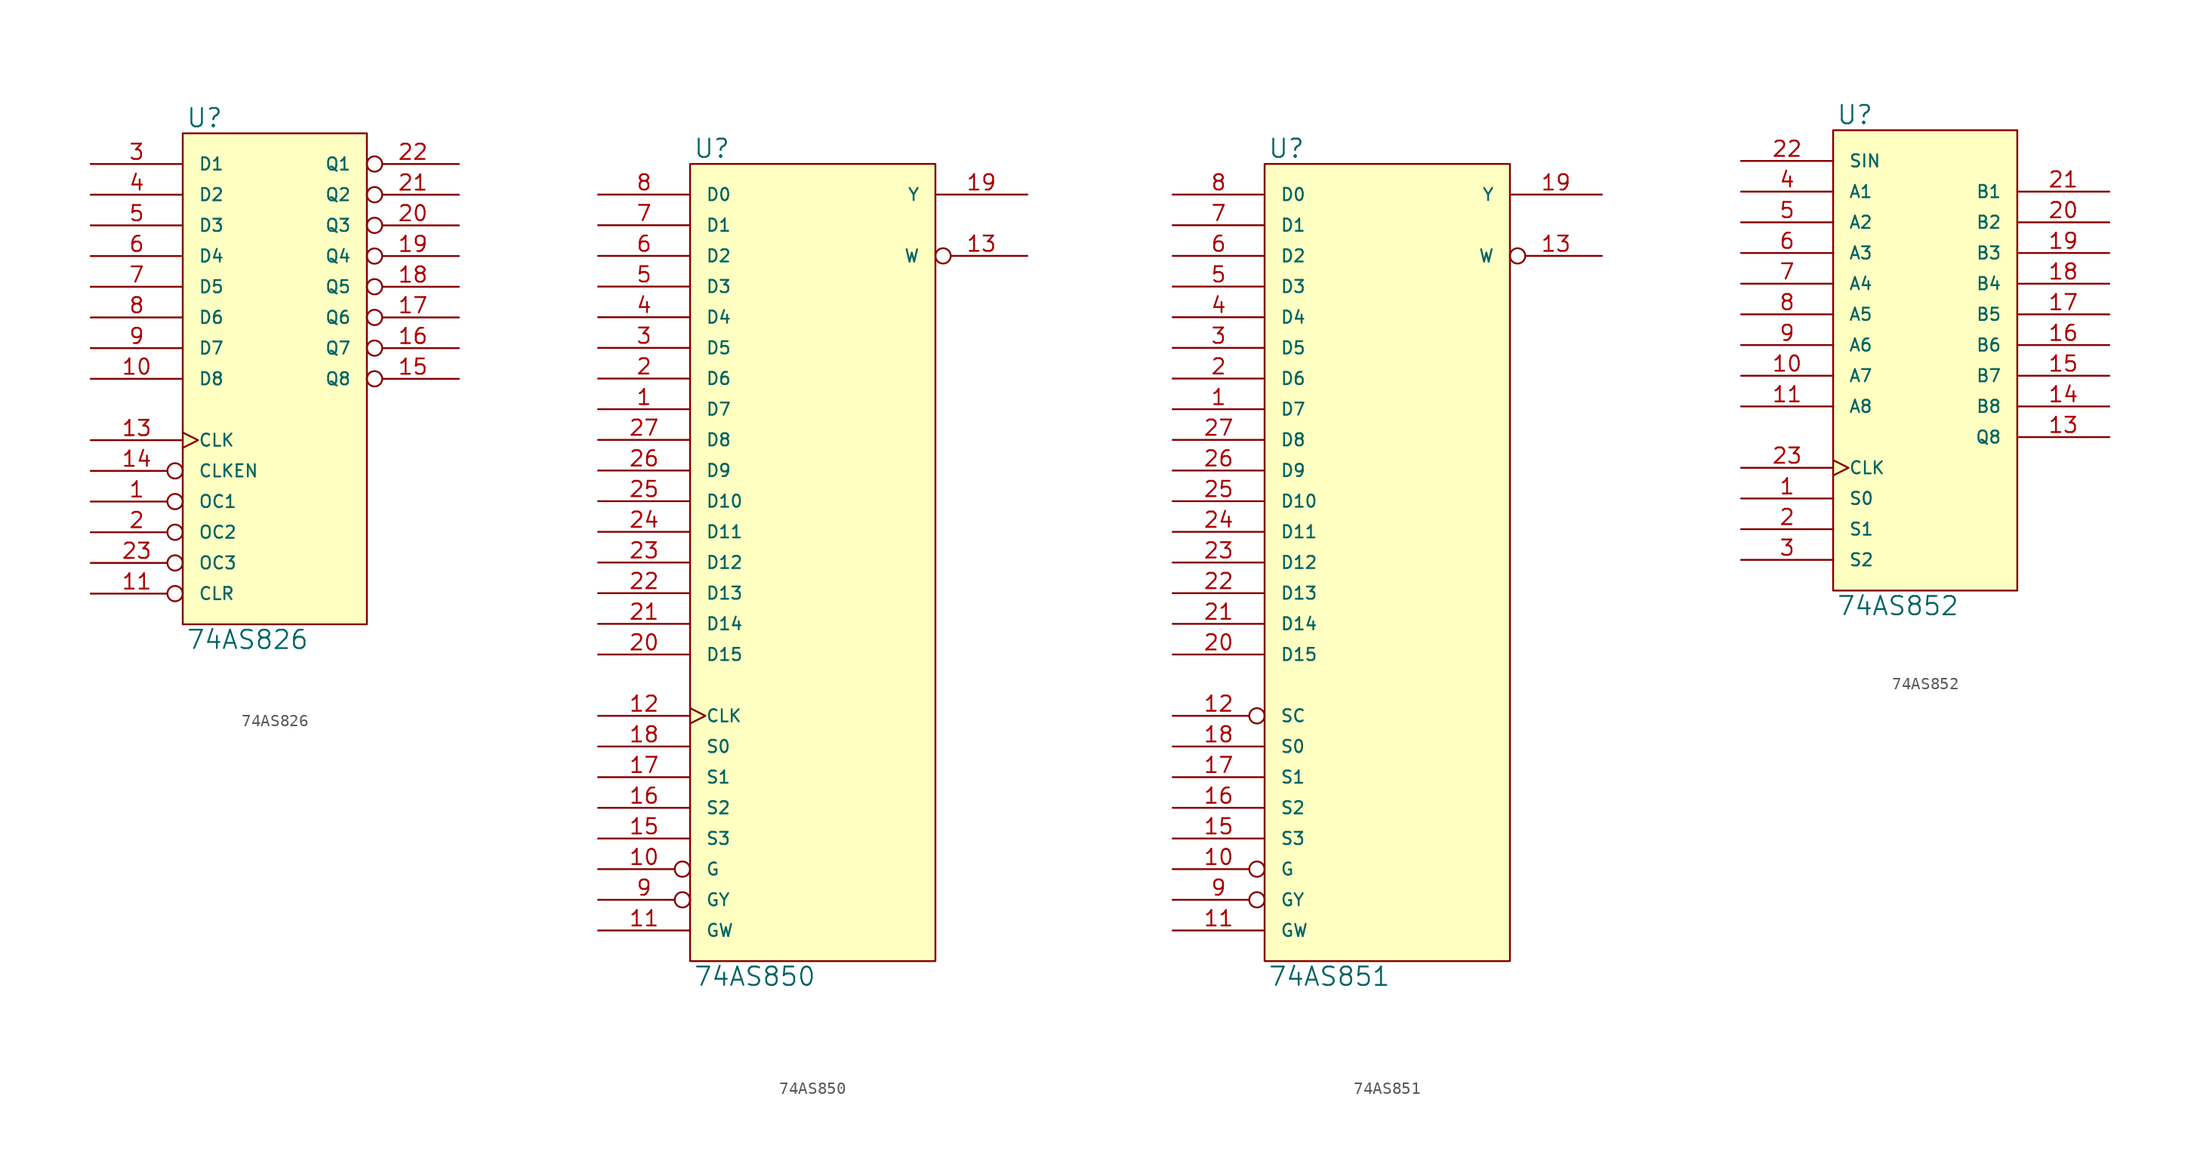
<source format=kicad_sym>
(kicad_symbol_lib
  (version 20231120)
  (generator "kicad_symbol_editor")
  (generator_version "8.0")
  (symbol "74AS826"
    (pin_names
      (offset 1.27))
    (property "Reference" "U"
      (at 0.254 0.381 0)
      (effects (font (size 1.524 1.524)) (justify left bottom)))
    (property "Value" "74AS826"
      (at 0.254 -41.021 0)
      (effects (font (size 1.524 1.524)) (justify left top)))
    (symbol "74AS826_0_1"
      (rectangle (start 0 0) (end 15.24 -40.64) (stroke (width 0) (type solid)) (fill (type background))))
    (symbol "74AS826_1_1"
      (pin input inverted (at -7.62 -30.48 0) (length 7.62) (name "OC1" (effects (font (size 1.016 1.016)))) (number "1" (effects (font (size 1.27 1.27)))))
      (pin input line (at -7.62 -20.32 0) (length 7.62) (name "D8" (effects (font (size 1.016 1.016)))) (number "10" (effects (font (size 1.27 1.27)))))
      (pin input inverted (at -7.62 -38.1 0) (length 7.62) (name "CLR" (effects (font (size 1.016 1.016)))) (number "11" (effects (font (size 1.27 1.27)))))
      (pin power_in line (at 0 -40.64 90) (length 0) hide (name "GND" (effects (font (size 1.016 1.016)))) (number "12" (effects (font (size 1.27 1.27)))))
      (pin input clock (at -7.62 -25.4 0) (length 7.62) (name "CLK" (effects (font (size 1.016 1.016)))) (number "13" (effects (font (size 1.27 1.27)))))
      (pin input inverted (at -7.62 -27.94 0) (length 7.62) (name "CLKEN" (effects (font (size 1.016 1.016)))) (number "14" (effects (font (size 1.27 1.27)))))
      (pin tri_state inverted (at 22.86 -20.32 180) (length 7.62) (name "Q8" (effects (font (size 1.016 1.016)))) (number "15" (effects (font (size 1.27 1.27)))))
      (pin tri_state inverted (at 22.86 -17.78 180) (length 7.62) (name "Q7" (effects (font (size 1.016 1.016)))) (number "16" (effects (font (size 1.27 1.27)))))
      (pin tri_state inverted (at 22.86 -15.24 180) (length 7.62) (name "Q6" (effects (font (size 1.016 1.016)))) (number "17" (effects (font (size 1.27 1.27)))))
      (pin tri_state inverted (at 22.86 -12.7 180) (length 7.62) (name "Q5" (effects (font (size 1.016 1.016)))) (number "18" (effects (font (size 1.27 1.27)))))
      (pin tri_state inverted (at 22.86 -10.16 180) (length 7.62) (name "Q4" (effects (font (size 1.016 1.016)))) (number "19" (effects (font (size 1.27 1.27)))))
      (pin input inverted (at -7.62 -33.02 0) (length 7.62) (name "OC2" (effects (font (size 1.016 1.016)))) (number "2" (effects (font (size 1.27 1.27)))))
      (pin tri_state inverted (at 22.86 -7.62 180) (length 7.62) (name "Q3" (effects (font (size 1.016 1.016)))) (number "20" (effects (font (size 1.27 1.27)))))
      (pin tri_state inverted (at 22.86 -5.08 180) (length 7.62) (name "Q2" (effects (font (size 1.016 1.016)))) (number "21" (effects (font (size 1.27 1.27)))))
      (pin tri_state inverted (at 22.86 -2.54 180) (length 7.62) (name "Q1" (effects (font (size 1.016 1.016)))) (number "22" (effects (font (size 1.27 1.27)))))
      (pin input inverted (at -7.62 -35.56 0) (length 7.62) (name "OC3" (effects (font (size 1.016 1.016)))) (number "23" (effects (font (size 1.27 1.27)))))
      (pin power_in line (at 0 0 270) (length 0) hide (name "VCC" (effects (font (size 1.016 1.016)))) (number "24" (effects (font (size 1.27 1.27)))))
      (pin input line (at -7.62 -2.54 0) (length 7.62) (name "D1" (effects (font (size 1.016 1.016)))) (number "3" (effects (font (size 1.27 1.27)))))
      (pin input line (at -7.62 -5.08 0) (length 7.62) (name "D2" (effects (font (size 1.016 1.016)))) (number "4" (effects (font (size 1.27 1.27)))))
      (pin input line (at -7.62 -7.62 0) (length 7.62) (name "D3" (effects (font (size 1.016 1.016)))) (number "5" (effects (font (size 1.27 1.27)))))
      (pin input line (at -7.62 -10.16 0) (length 7.62) (name "D4" (effects (font (size 1.016 1.016)))) (number "6" (effects (font (size 1.27 1.27)))))
      (pin input line (at -7.62 -12.7 0) (length 7.62) (name "D5" (effects (font (size 1.016 1.016)))) (number "7" (effects (font (size 1.27 1.27)))))
      (pin input line (at -7.62 -15.24 0) (length 7.62) (name "D6" (effects (font (size 1.016 1.016)))) (number "8" (effects (font (size 1.27 1.27)))))
      (pin input line (at -7.62 -17.78 0) (length 7.62) (name "D7" (effects (font (size 1.016 1.016)))) (number "9" (effects (font (size 1.27 1.27)))))))
  (symbol "74AS850"
    (pin_names
      (offset 1.27))
    (property "Reference" "U"
      (at 0.254 0.381 0)
      (effects (font (size 1.524 1.524)) (justify left bottom)))
    (property "Value" "74AS850"
      (at 0.254 -66.421 0)
      (effects (font (size 1.524 1.524)) (justify left top)))
    (symbol "74AS850_0_1"
      (rectangle (start 0 0) (end 20.32 -66.04) (stroke (width 0) (type solid)) (fill (type background))))
    (symbol "74AS850_1_1"
      (pin input line (at -7.62 -20.32 0) (length 7.62) (name "D7" (effects (font (size 1.016 1.016)))) (number "1" (effects (font (size 1.27 1.27)))))
      (pin input inverted (at -7.62 -58.42 0) (length 7.62) (name "G" (effects (font (size 1.016 1.016)))) (number "10" (effects (font (size 1.27 1.27)))))
      (pin input line (at -7.62 -63.5 0) (length 7.62) (name "GW" (effects (font (size 1.016 1.016)))) (number "11" (effects (font (size 1.27 1.27)))))
      (pin input clock (at -7.62 -45.72 0) (length 7.62) (name "CLK" (effects (font (size 1.016 1.016)))) (number "12" (effects (font (size 1.27 1.27)))))
      (pin tri_state inverted (at 27.94 -7.62 180) (length 7.62) (name "W" (effects (font (size 1.016 1.016)))) (number "13" (effects (font (size 1.27 1.27)))))
      (pin power_in line (at 0 -66.04 90) (length 0) hide (name "GND" (effects (font (size 1.016 1.016)))) (number "14" (effects (font (size 1.27 1.27)))))
      (pin input line (at -7.62 -55.88 0) (length 7.62) (name "S3" (effects (font (size 1.016 1.016)))) (number "15" (effects (font (size 1.27 1.27)))))
      (pin input line (at -7.62 -53.34 0) (length 7.62) (name "S2" (effects (font (size 1.016 1.016)))) (number "16" (effects (font (size 1.27 1.27)))))
      (pin input line (at -7.62 -50.8 0) (length 7.62) (name "S1" (effects (font (size 1.016 1.016)))) (number "17" (effects (font (size 1.27 1.27)))))
      (pin input line (at -7.62 -48.26 0) (length 7.62) (name "S0" (effects (font (size 1.016 1.016)))) (number "18" (effects (font (size 1.27 1.27)))))
      (pin tri_state line (at 27.94 -2.54 180) (length 7.62) (name "Y" (effects (font (size 1.016 1.016)))) (number "19" (effects (font (size 1.27 1.27)))))
      (pin input line (at -7.62 -17.78 0) (length 7.62) (name "D6" (effects (font (size 1.016 1.016)))) (number "2" (effects (font (size 1.27 1.27)))))
      (pin input line (at -7.62 -40.64 0) (length 7.62) (name "D15" (effects (font (size 1.016 1.016)))) (number "20" (effects (font (size 1.27 1.27)))))
      (pin input line (at -7.62 -38.1 0) (length 7.62) (name "D14" (effects (font (size 1.016 1.016)))) (number "21" (effects (font (size 1.27 1.27)))))
      (pin input line (at -7.62 -35.56 0) (length 7.62) (name "D13" (effects (font (size 1.016 1.016)))) (number "22" (effects (font (size 1.27 1.27)))))
      (pin input line (at -7.62 -33.02 0) (length 7.62) (name "D12" (effects (font (size 1.016 1.016)))) (number "23" (effects (font (size 1.27 1.27)))))
      (pin input line (at -7.62 -30.48 0) (length 7.62) (name "D11" (effects (font (size 1.016 1.016)))) (number "24" (effects (font (size 1.27 1.27)))))
      (pin input line (at -7.62 -27.94 0) (length 7.62) (name "D10" (effects (font (size 1.016 1.016)))) (number "25" (effects (font (size 1.27 1.27)))))
      (pin input line (at -7.62 -25.4 0) (length 7.62) (name "D9" (effects (font (size 1.016 1.016)))) (number "26" (effects (font (size 1.27 1.27)))))
      (pin input line (at -7.62 -22.86 0) (length 7.62) (name "D8" (effects (font (size 1.016 1.016)))) (number "27" (effects (font (size 1.27 1.27)))))
      (pin power_in line (at 0 0 270) (length 0) hide (name "VCC" (effects (font (size 1.016 1.016)))) (number "28" (effects (font (size 1.27 1.27)))))
      (pin input line (at -7.62 -15.24 0) (length 7.62) (name "D5" (effects (font (size 1.016 1.016)))) (number "3" (effects (font (size 1.27 1.27)))))
      (pin input line (at -7.62 -12.7 0) (length 7.62) (name "D4" (effects (font (size 1.016 1.016)))) (number "4" (effects (font (size 1.27 1.27)))))
      (pin input line (at -7.62 -10.16 0) (length 7.62) (name "D3" (effects (font (size 1.016 1.016)))) (number "5" (effects (font (size 1.27 1.27)))))
      (pin input line (at -7.62 -7.62 0) (length 7.62) (name "D2" (effects (font (size 1.016 1.016)))) (number "6" (effects (font (size 1.27 1.27)))))
      (pin input line (at -7.62 -5.08 0) (length 7.62) (name "D1" (effects (font (size 1.016 1.016)))) (number "7" (effects (font (size 1.27 1.27)))))
      (pin input line (at -7.62 -2.54 0) (length 7.62) (name "D0" (effects (font (size 1.016 1.016)))) (number "8" (effects (font (size 1.27 1.27)))))
      (pin input inverted (at -7.62 -60.96 0) (length 7.62) (name "GY" (effects (font (size 1.016 1.016)))) (number "9" (effects (font (size 1.27 1.27)))))))
  (symbol "74AS851"
    (pin_names
      (offset 1.27))
    (property "Reference" "U"
      (at 0.254 0.381 0)
      (effects (font (size 1.524 1.524)) (justify left bottom)))
    (property "Value" "74AS851"
      (at 0.254 -66.421 0)
      (effects (font (size 1.524 1.524)) (justify left top)))
    (symbol "74AS851_0_1"
      (rectangle (start 0 0) (end 20.32 -66.04) (stroke (width 0) (type solid)) (fill (type background))))
    (symbol "74AS851_1_1"
      (pin input line (at -7.62 -20.32 0) (length 7.62) (name "D7" (effects (font (size 1.016 1.016)))) (number "1" (effects (font (size 1.27 1.27)))))
      (pin input inverted (at -7.62 -58.42 0) (length 7.62) (name "G" (effects (font (size 1.016 1.016)))) (number "10" (effects (font (size 1.27 1.27)))))
      (pin input line (at -7.62 -63.5 0) (length 7.62) (name "GW" (effects (font (size 1.016 1.016)))) (number "11" (effects (font (size 1.27 1.27)))))
      (pin input inverted (at -7.62 -45.72 0) (length 7.62) (name "SC" (effects (font (size 1.016 1.016)))) (number "12" (effects (font (size 1.27 1.27)))))
      (pin tri_state inverted (at 27.94 -7.62 180) (length 7.62) (name "W" (effects (font (size 1.016 1.016)))) (number "13" (effects (font (size 1.27 1.27)))))
      (pin power_in line (at 0 -66.04 90) (length 0) hide (name "GND" (effects (font (size 1.016 1.016)))) (number "14" (effects (font (size 1.27 1.27)))))
      (pin input line (at -7.62 -55.88 0) (length 7.62) (name "S3" (effects (font (size 1.016 1.016)))) (number "15" (effects (font (size 1.27 1.27)))))
      (pin input line (at -7.62 -53.34 0) (length 7.62) (name "S2" (effects (font (size 1.016 1.016)))) (number "16" (effects (font (size 1.27 1.27)))))
      (pin input line (at -7.62 -50.8 0) (length 7.62) (name "S1" (effects (font (size 1.016 1.016)))) (number "17" (effects (font (size 1.27 1.27)))))
      (pin input line (at -7.62 -48.26 0) (length 7.62) (name "S0" (effects (font (size 1.016 1.016)))) (number "18" (effects (font (size 1.27 1.27)))))
      (pin tri_state line (at 27.94 -2.54 180) (length 7.62) (name "Y" (effects (font (size 1.016 1.016)))) (number "19" (effects (font (size 1.27 1.27)))))
      (pin input line (at -7.62 -17.78 0) (length 7.62) (name "D6" (effects (font (size 1.016 1.016)))) (number "2" (effects (font (size 1.27 1.27)))))
      (pin input line (at -7.62 -40.64 0) (length 7.62) (name "D15" (effects (font (size 1.016 1.016)))) (number "20" (effects (font (size 1.27 1.27)))))
      (pin input line (at -7.62 -38.1 0) (length 7.62) (name "D14" (effects (font (size 1.016 1.016)))) (number "21" (effects (font (size 1.27 1.27)))))
      (pin input line (at -7.62 -35.56 0) (length 7.62) (name "D13" (effects (font (size 1.016 1.016)))) (number "22" (effects (font (size 1.27 1.27)))))
      (pin input line (at -7.62 -33.02 0) (length 7.62) (name "D12" (effects (font (size 1.016 1.016)))) (number "23" (effects (font (size 1.27 1.27)))))
      (pin input line (at -7.62 -30.48 0) (length 7.62) (name "D11" (effects (font (size 1.016 1.016)))) (number "24" (effects (font (size 1.27 1.27)))))
      (pin input line (at -7.62 -27.94 0) (length 7.62) (name "D10" (effects (font (size 1.016 1.016)))) (number "25" (effects (font (size 1.27 1.27)))))
      (pin input line (at -7.62 -25.4 0) (length 7.62) (name "D9" (effects (font (size 1.016 1.016)))) (number "26" (effects (font (size 1.27 1.27)))))
      (pin input line (at -7.62 -22.86 0) (length 7.62) (name "D8" (effects (font (size 1.016 1.016)))) (number "27" (effects (font (size 1.27 1.27)))))
      (pin power_in line (at 0 0 270) (length 0) hide (name "VCC" (effects (font (size 1.016 1.016)))) (number "28" (effects (font (size 1.27 1.27)))))
      (pin input line (at -7.62 -15.24 0) (length 7.62) (name "D5" (effects (font (size 1.016 1.016)))) (number "3" (effects (font (size 1.27 1.27)))))
      (pin input line (at -7.62 -12.7 0) (length 7.62) (name "D4" (effects (font (size 1.016 1.016)))) (number "4" (effects (font (size 1.27 1.27)))))
      (pin input line (at -7.62 -10.16 0) (length 7.62) (name "D3" (effects (font (size 1.016 1.016)))) (number "5" (effects (font (size 1.27 1.27)))))
      (pin input line (at -7.62 -7.62 0) (length 7.62) (name "D2" (effects (font (size 1.016 1.016)))) (number "6" (effects (font (size 1.27 1.27)))))
      (pin input line (at -7.62 -5.08 0) (length 7.62) (name "D1" (effects (font (size 1.016 1.016)))) (number "7" (effects (font (size 1.27 1.27)))))
      (pin input line (at -7.62 -2.54 0) (length 7.62) (name "D0" (effects (font (size 1.016 1.016)))) (number "8" (effects (font (size 1.27 1.27)))))
      (pin input inverted (at -7.62 -60.96 0) (length 7.62) (name "GY" (effects (font (size 1.016 1.016)))) (number "9" (effects (font (size 1.27 1.27)))))))
  (symbol "74AS852"
    (pin_names
      (offset 1.27))
    (property "Reference" "U"
      (at 0.254 0.381 0)
      (effects (font (size 1.524 1.524)) (justify left bottom)))
    (property "Value" "74AS852"
      (at 0.254 -38.481 0)
      (effects (font (size 1.524 1.524)) (justify left top)))
    (symbol "74AS852_0_1"
      (rectangle (start 0 0) (end 15.24 -38.1) (stroke (width 0) (type solid)) (fill (type background))))
    (symbol "74AS852_1_1"
      (pin input line (at -7.62 -30.48 0) (length 7.62) (name "S0" (effects (font (size 1.016 1.016)))) (number "1" (effects (font (size 1.27 1.27)))))
      (pin bidirectional line (at -7.62 -20.32 0) (length 7.62) (name "A7" (effects (font (size 1.016 1.016)))) (number "10" (effects (font (size 1.27 1.27)))))
      (pin bidirectional line (at -7.62 -22.86 0) (length 7.62) (name "A8" (effects (font (size 1.016 1.016)))) (number "11" (effects (font (size 1.27 1.27)))))
      (pin power_in line (at 0 -38.1 90) (length 0) hide (name "GND" (effects (font (size 1.016 1.016)))) (number "12" (effects (font (size 1.27 1.27)))))
      (pin tri_state line (at 22.86 -25.4 180) (length 7.62) (name "Q8" (effects (font (size 1.016 1.016)))) (number "13" (effects (font (size 1.27 1.27)))))
      (pin bidirectional line (at 22.86 -22.86 180) (length 7.62) (name "B8" (effects (font (size 1.016 1.016)))) (number "14" (effects (font (size 1.27 1.27)))))
      (pin bidirectional line (at 22.86 -20.32 180) (length 7.62) (name "B7" (effects (font (size 1.016 1.016)))) (number "15" (effects (font (size 1.27 1.27)))))
      (pin bidirectional line (at 22.86 -17.78 180) (length 7.62) (name "B6" (effects (font (size 1.016 1.016)))) (number "16" (effects (font (size 1.27 1.27)))))
      (pin bidirectional line (at 22.86 -15.24 180) (length 7.62) (name "B5" (effects (font (size 1.016 1.016)))) (number "17" (effects (font (size 1.27 1.27)))))
      (pin bidirectional line (at 22.86 -12.7 180) (length 7.62) (name "B4" (effects (font (size 1.016 1.016)))) (number "18" (effects (font (size 1.27 1.27)))))
      (pin bidirectional line (at 22.86 -10.16 180) (length 7.62) (name "B3" (effects (font (size 1.016 1.016)))) (number "19" (effects (font (size 1.27 1.27)))))
      (pin input line (at -7.62 -33.02 0) (length 7.62) (name "S1" (effects (font (size 1.016 1.016)))) (number "2" (effects (font (size 1.27 1.27)))))
      (pin bidirectional line (at 22.86 -7.62 180) (length 7.62) (name "B2" (effects (font (size 1.016 1.016)))) (number "20" (effects (font (size 1.27 1.27)))))
      (pin bidirectional line (at 22.86 -5.08 180) (length 7.62) (name "B1" (effects (font (size 1.016 1.016)))) (number "21" (effects (font (size 1.27 1.27)))))
      (pin input line (at -7.62 -2.54 0) (length 7.62) (name "SIN" (effects (font (size 1.016 1.016)))) (number "22" (effects (font (size 1.27 1.27)))))
      (pin input clock (at -7.62 -27.94 0) (length 7.62) (name "CLK" (effects (font (size 1.016 1.016)))) (number "23" (effects (font (size 1.27 1.27)))))
      (pin power_in line (at 0 0 270) (length 0) hide (name "VCC" (effects (font (size 1.016 1.016)))) (number "24" (effects (font (size 1.27 1.27)))))
      (pin input line (at -7.62 -35.56 0) (length 7.62) (name "S2" (effects (font (size 1.016 1.016)))) (number "3" (effects (font (size 1.27 1.27)))))
      (pin bidirectional line (at -7.62 -5.08 0) (length 7.62) (name "A1" (effects (font (size 1.016 1.016)))) (number "4" (effects (font (size 1.27 1.27)))))
      (pin bidirectional line (at -7.62 -7.62 0) (length 7.62) (name "A2" (effects (font (size 1.016 1.016)))) (number "5" (effects (font (size 1.27 1.27)))))
      (pin bidirectional line (at -7.62 -10.16 0) (length 7.62) (name "A3" (effects (font (size 1.016 1.016)))) (number "6" (effects (font (size 1.27 1.27)))))
      (pin bidirectional line (at -7.62 -12.7 0) (length 7.62) (name "A4" (effects (font (size 1.016 1.016)))) (number "7" (effects (font (size 1.27 1.27)))))
      (pin bidirectional line (at -7.62 -15.24 0) (length 7.62) (name "A5" (effects (font (size 1.016 1.016)))) (number "8" (effects (font (size 1.27 1.27)))))
      (pin bidirectional line (at -7.62 -17.78 0) (length 7.62) (name "A6" (effects (font (size 1.016 1.016)))) (number "9" (effects (font (size 1.27 1.27))))))))
</source>
